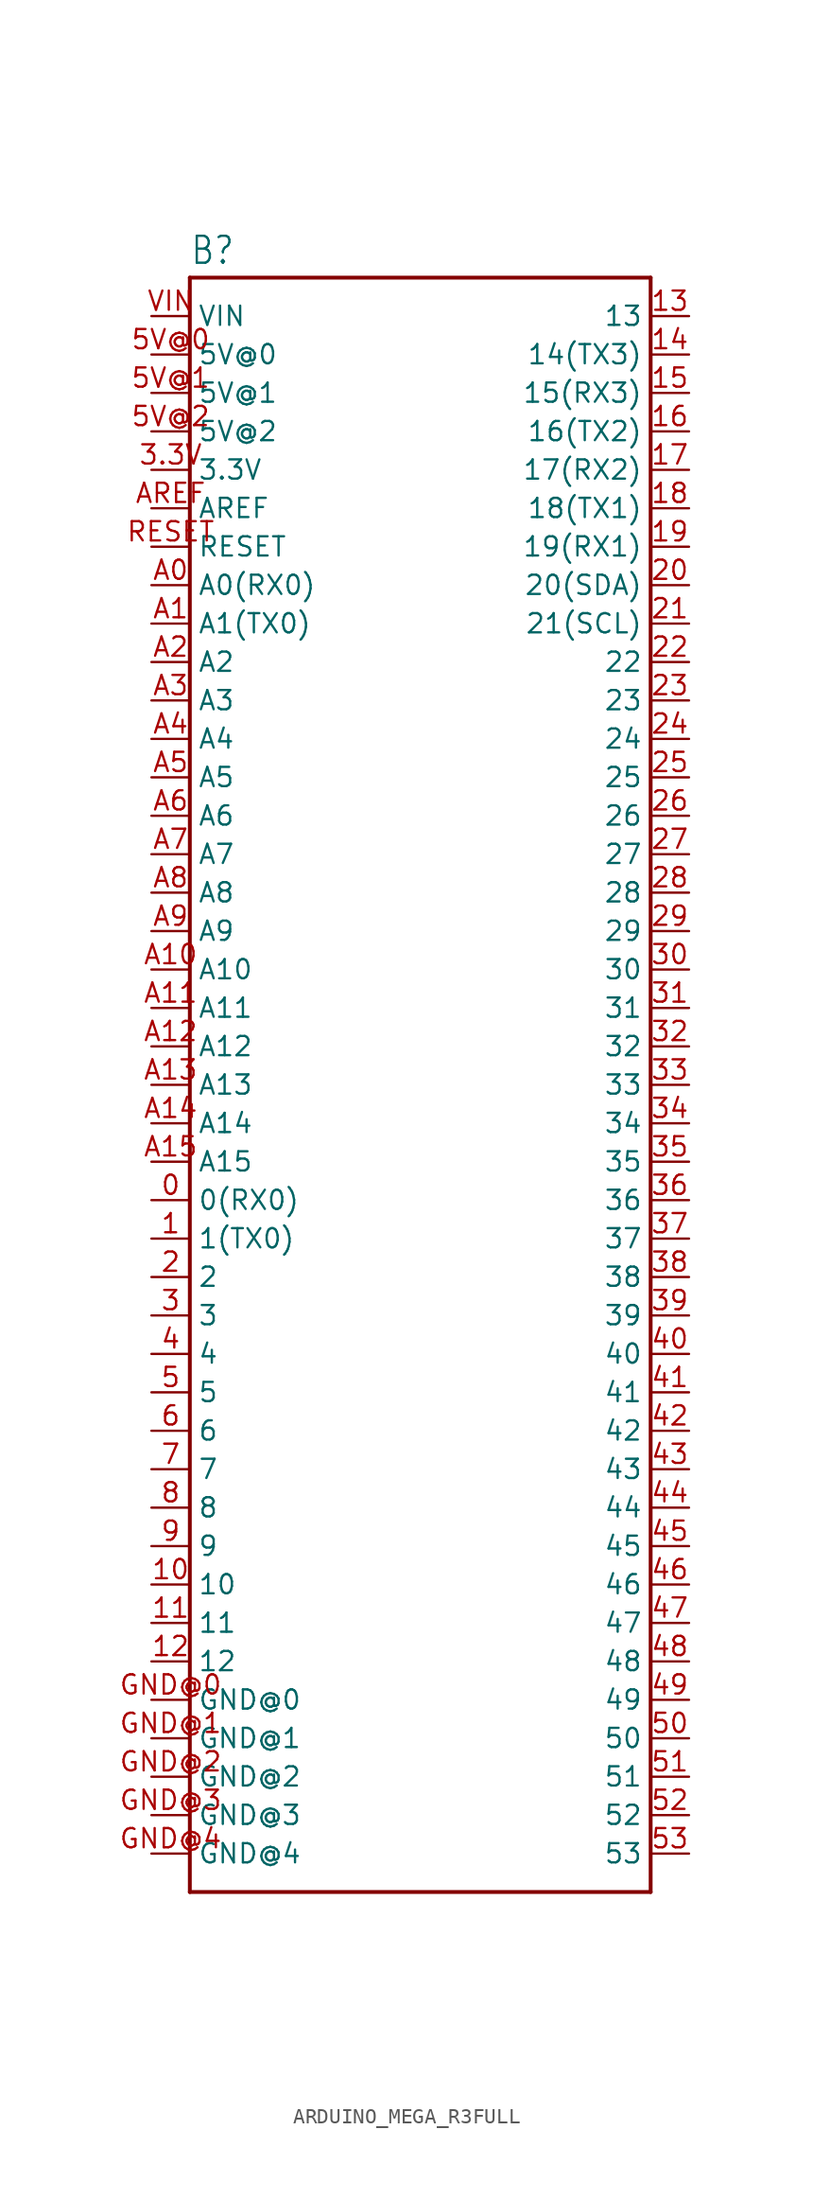
<source format=kicad_sym>
(kicad_symbol_lib
  (version 20220914)
  (generator kicad_symbol_editor)
  (symbol "ARDUINO_MEGA_R3FULL"
    (property "Reference" "B"
      (at -15.24 54.102 0)
      (effects (font (size 1.778 1.511)) (justify left bottom)))
    (property "Value" ""
      (at -15.24 -55.88 0)
      (effects (font (size 1.778 1.511)) (justify left bottom)))
    (property "ki_locked" ""
      (at 0 0 0)
      (effects (font (size 1.27 1.27))))
    (symbol "ARDUINO_MEGA_R3FULL_1_0"
      (polyline (pts (xy -15.24 -53.34) (xy 15.24 -53.34)) (stroke (width 0.254) (type solid)) (fill (type none)))
      (polyline (pts (xy -15.24 53.34) (xy -15.24 -53.34)) (stroke (width 0.254) (type solid)) (fill (type none)))
      (polyline (pts (xy 15.24 -53.34) (xy 15.24 53.34)) (stroke (width 0.254) (type solid)) (fill (type none)))
      (polyline (pts (xy 15.24 53.34) (xy -15.24 53.34)) (stroke (width 0.254) (type solid)) (fill (type none)))
      (pin bidirectional line (at -17.78 -7.62 0) (length 2.54) (name "0(RX0)" (effects (font (size 1.27 1.27)))) (number "0" (effects (font (size 1.27 1.27)))))
      (pin bidirectional line (at -17.78 -10.16 0) (length 2.54) (name "1(TX0)" (effects (font (size 1.27 1.27)))) (number "1" (effects (font (size 1.27 1.27)))))
      (pin bidirectional line (at -17.78 -33.02 0) (length 2.54) (name "10" (effects (font (size 1.27 1.27)))) (number "10" (effects (font (size 1.27 1.27)))))
      (pin bidirectional line (at -17.78 -35.56 0) (length 2.54) (name "11" (effects (font (size 1.27 1.27)))) (number "11" (effects (font (size 1.27 1.27)))))
      (pin bidirectional line (at -17.78 -38.1 0) (length 2.54) (name "12" (effects (font (size 1.27 1.27)))) (number "12" (effects (font (size 1.27 1.27)))))
      (pin bidirectional line (at 17.78 50.8 180) (length 2.54) (name "13" (effects (font (size 1.27 1.27)))) (number "13" (effects (font (size 1.27 1.27)))))
      (pin bidirectional line (at 17.78 48.26 180) (length 2.54) (name "14(TX3)" (effects (font (size 1.27 1.27)))) (number "14" (effects (font (size 1.27 1.27)))))
      (pin bidirectional line (at 17.78 45.72 180) (length 2.54) (name "15(RX3)" (effects (font (size 1.27 1.27)))) (number "15" (effects (font (size 1.27 1.27)))))
      (pin bidirectional line (at 17.78 43.18 180) (length 2.54) (name "16(TX2)" (effects (font (size 1.27 1.27)))) (number "16" (effects (font (size 1.27 1.27)))))
      (pin bidirectional line (at 17.78 40.64 180) (length 2.54) (name "17(RX2)" (effects (font (size 1.27 1.27)))) (number "17" (effects (font (size 1.27 1.27)))))
      (pin bidirectional line (at 17.78 38.1 180) (length 2.54) (name "18(TX1)" (effects (font (size 1.27 1.27)))) (number "18" (effects (font (size 1.27 1.27)))))
      (pin bidirectional line (at 17.78 35.56 180) (length 2.54) (name "19(RX1)" (effects (font (size 1.27 1.27)))) (number "19" (effects (font (size 1.27 1.27)))))
      (pin bidirectional line (at -17.78 -12.7 0) (length 2.54) (name "2" (effects (font (size 1.27 1.27)))) (number "2" (effects (font (size 1.27 1.27)))))
      (pin bidirectional line (at 17.78 33.02 180) (length 2.54) (name "20(SDA)" (effects (font (size 1.27 1.27)))) (number "20" (effects (font (size 1.27 1.27)))))
      (pin bidirectional line (at 17.78 30.48 180) (length 2.54) (name "21(SCL)" (effects (font (size 1.27 1.27)))) (number "21" (effects (font (size 1.27 1.27)))))
      (pin bidirectional line (at 17.78 27.94 180) (length 2.54) (name "22" (effects (font (size 1.27 1.27)))) (number "22" (effects (font (size 1.27 1.27)))))
      (pin bidirectional line (at 17.78 25.4 180) (length 2.54) (name "23" (effects (font (size 1.27 1.27)))) (number "23" (effects (font (size 1.27 1.27)))))
      (pin bidirectional line (at 17.78 22.86 180) (length 2.54) (name "24" (effects (font (size 1.27 1.27)))) (number "24" (effects (font (size 1.27 1.27)))))
      (pin bidirectional line (at 17.78 20.32 180) (length 2.54) (name "25" (effects (font (size 1.27 1.27)))) (number "25" (effects (font (size 1.27 1.27)))))
      (pin bidirectional line (at 17.78 17.78 180) (length 2.54) (name "26" (effects (font (size 1.27 1.27)))) (number "26" (effects (font (size 1.27 1.27)))))
      (pin bidirectional line (at 17.78 15.24 180) (length 2.54) (name "27" (effects (font (size 1.27 1.27)))) (number "27" (effects (font (size 1.27 1.27)))))
      (pin bidirectional line (at 17.78 12.7 180) (length 2.54) (name "28" (effects (font (size 1.27 1.27)))) (number "28" (effects (font (size 1.27 1.27)))))
      (pin bidirectional line (at 17.78 10.16 180) (length 2.54) (name "29" (effects (font (size 1.27 1.27)))) (number "29" (effects (font (size 1.27 1.27)))))
      (pin bidirectional line (at -17.78 -15.24 0) (length 2.54) (name "3" (effects (font (size 1.27 1.27)))) (number "3" (effects (font (size 1.27 1.27)))))
      (pin bidirectional line (at -17.78 40.64 0) (length 2.54) (name "3.3V" (effects (font (size 1.27 1.27)))) (number "3.3V" (effects (font (size 1.27 1.27)))))
      (pin bidirectional line (at 17.78 7.62 180) (length 2.54) (name "30" (effects (font (size 1.27 1.27)))) (number "30" (effects (font (size 1.27 1.27)))))
      (pin bidirectional line (at 17.78 5.08 180) (length 2.54) (name "31" (effects (font (size 1.27 1.27)))) (number "31" (effects (font (size 1.27 1.27)))))
      (pin bidirectional line (at 17.78 2.54 180) (length 2.54) (name "32" (effects (font (size 1.27 1.27)))) (number "32" (effects (font (size 1.27 1.27)))))
      (pin bidirectional line (at 17.78 0 180) (length 2.54) (name "33" (effects (font (size 1.27 1.27)))) (number "33" (effects (font (size 1.27 1.27)))))
      (pin bidirectional line (at 17.78 -2.54 180) (length 2.54) (name "34" (effects (font (size 1.27 1.27)))) (number "34" (effects (font (size 1.27 1.27)))))
      (pin bidirectional line (at 17.78 -5.08 180) (length 2.54) (name "35" (effects (font (size 1.27 1.27)))) (number "35" (effects (font (size 1.27 1.27)))))
      (pin bidirectional line (at 17.78 -7.62 180) (length 2.54) (name "36" (effects (font (size 1.27 1.27)))) (number "36" (effects (font (size 1.27 1.27)))))
      (pin bidirectional line (at 17.78 -10.16 180) (length 2.54) (name "37" (effects (font (size 1.27 1.27)))) (number "37" (effects (font (size 1.27 1.27)))))
      (pin bidirectional line (at 17.78 -12.7 180) (length 2.54) (name "38" (effects (font (size 1.27 1.27)))) (number "38" (effects (font (size 1.27 1.27)))))
      (pin bidirectional line (at 17.78 -15.24 180) (length 2.54) (name "39" (effects (font (size 1.27 1.27)))) (number "39" (effects (font (size 1.27 1.27)))))
      (pin bidirectional line (at -17.78 -17.78 0) (length 2.54) (name "4" (effects (font (size 1.27 1.27)))) (number "4" (effects (font (size 1.27 1.27)))))
      (pin bidirectional line (at 17.78 -17.78 180) (length 2.54) (name "40" (effects (font (size 1.27 1.27)))) (number "40" (effects (font (size 1.27 1.27)))))
      (pin bidirectional line (at 17.78 -20.32 180) (length 2.54) (name "41" (effects (font (size 1.27 1.27)))) (number "41" (effects (font (size 1.27 1.27)))))
      (pin bidirectional line (at 17.78 -22.86 180) (length 2.54) (name "42" (effects (font (size 1.27 1.27)))) (number "42" (effects (font (size 1.27 1.27)))))
      (pin bidirectional line (at 17.78 -25.4 180) (length 2.54) (name "43" (effects (font (size 1.27 1.27)))) (number "43" (effects (font (size 1.27 1.27)))))
      (pin bidirectional line (at 17.78 -27.94 180) (length 2.54) (name "44" (effects (font (size 1.27 1.27)))) (number "44" (effects (font (size 1.27 1.27)))))
      (pin bidirectional line (at 17.78 -30.48 180) (length 2.54) (name "45" (effects (font (size 1.27 1.27)))) (number "45" (effects (font (size 1.27 1.27)))))
      (pin bidirectional line (at 17.78 -33.02 180) (length 2.54) (name "46" (effects (font (size 1.27 1.27)))) (number "46" (effects (font (size 1.27 1.27)))))
      (pin bidirectional line (at 17.78 -35.56 180) (length 2.54) (name "47" (effects (font (size 1.27 1.27)))) (number "47" (effects (font (size 1.27 1.27)))))
      (pin bidirectional line (at 17.78 -38.1 180) (length 2.54) (name "48" (effects (font (size 1.27 1.27)))) (number "48" (effects (font (size 1.27 1.27)))))
      (pin bidirectional line (at 17.78 -40.64 180) (length 2.54) (name "49" (effects (font (size 1.27 1.27)))) (number "49" (effects (font (size 1.27 1.27)))))
      (pin bidirectional line (at -17.78 -20.32 0) (length 2.54) (name "5" (effects (font (size 1.27 1.27)))) (number "5" (effects (font (size 1.27 1.27)))))
      (pin bidirectional line (at 17.78 -43.18 180) (length 2.54) (name "50" (effects (font (size 1.27 1.27)))) (number "50" (effects (font (size 1.27 1.27)))))
      (pin bidirectional line (at 17.78 -45.72 180) (length 2.54) (name "51" (effects (font (size 1.27 1.27)))) (number "51" (effects (font (size 1.27 1.27)))))
      (pin bidirectional line (at 17.78 -48.26 180) (length 2.54) (name "52" (effects (font (size 1.27 1.27)))) (number "52" (effects (font (size 1.27 1.27)))))
      (pin bidirectional line (at 17.78 -50.8 180) (length 2.54) (name "53" (effects (font (size 1.27 1.27)))) (number "53" (effects (font (size 1.27 1.27)))))
      (pin bidirectional line (at -17.78 48.26 0) (length 2.54) (name "5V@0" (effects (font (size 1.27 1.27)))) (number "5V@0" (effects (font (size 1.27 1.27)))))
      (pin bidirectional line (at -17.78 45.72 0) (length 2.54) (name "5V@1" (effects (font (size 1.27 1.27)))) (number "5V@1" (effects (font (size 1.27 1.27)))))
      (pin bidirectional line (at -17.78 43.18 0) (length 2.54) (name "5V@2" (effects (font (size 1.27 1.27)))) (number "5V@2" (effects (font (size 1.27 1.27)))))
      (pin bidirectional line (at -17.78 -22.86 0) (length 2.54) (name "6" (effects (font (size 1.27 1.27)))) (number "6" (effects (font (size 1.27 1.27)))))
      (pin bidirectional line (at -17.78 -25.4 0) (length 2.54) (name "7" (effects (font (size 1.27 1.27)))) (number "7" (effects (font (size 1.27 1.27)))))
      (pin bidirectional line (at -17.78 -27.94 0) (length 2.54) (name "8" (effects (font (size 1.27 1.27)))) (number "8" (effects (font (size 1.27 1.27)))))
      (pin bidirectional line (at -17.78 -30.48 0) (length 2.54) (name "9" (effects (font (size 1.27 1.27)))) (number "9" (effects (font (size 1.27 1.27)))))
      (pin bidirectional line (at -17.78 33.02 0) (length 2.54) (name "A0(RX0)" (effects (font (size 1.27 1.27)))) (number "A0" (effects (font (size 1.27 1.27)))))
      (pin bidirectional line (at -17.78 30.48 0) (length 2.54) (name "A1(TX0)" (effects (font (size 1.27 1.27)))) (number "A1" (effects (font (size 1.27 1.27)))))
      (pin bidirectional line (at -17.78 7.62 0) (length 2.54) (name "A10" (effects (font (size 1.27 1.27)))) (number "A10" (effects (font (size 1.27 1.27)))))
      (pin bidirectional line (at -17.78 5.08 0) (length 2.54) (name "A11" (effects (font (size 1.27 1.27)))) (number "A11" (effects (font (size 1.27 1.27)))))
      (pin bidirectional line (at -17.78 2.54 0) (length 2.54) (name "A12" (effects (font (size 1.27 1.27)))) (number "A12" (effects (font (size 1.27 1.27)))))
      (pin bidirectional line (at -17.78 0 0) (length 2.54) (name "A13" (effects (font (size 1.27 1.27)))) (number "A13" (effects (font (size 1.27 1.27)))))
      (pin bidirectional line (at -17.78 -2.54 0) (length 2.54) (name "A14" (effects (font (size 1.27 1.27)))) (number "A14" (effects (font (size 1.27 1.27)))))
      (pin bidirectional line (at -17.78 -5.08 0) (length 2.54) (name "A15" (effects (font (size 1.27 1.27)))) (number "A15" (effects (font (size 1.27 1.27)))))
      (pin bidirectional line (at -17.78 27.94 0) (length 2.54) (name "A2" (effects (font (size 1.27 1.27)))) (number "A2" (effects (font (size 1.27 1.27)))))
      (pin bidirectional line (at -17.78 25.4 0) (length 2.54) (name "A3" (effects (font (size 1.27 1.27)))) (number "A3" (effects (font (size 1.27 1.27)))))
      (pin bidirectional line (at -17.78 22.86 0) (length 2.54) (name "A4" (effects (font (size 1.27 1.27)))) (number "A4" (effects (font (size 1.27 1.27)))))
      (pin bidirectional line (at -17.78 20.32 0) (length 2.54) (name "A5" (effects (font (size 1.27 1.27)))) (number "A5" (effects (font (size 1.27 1.27)))))
      (pin bidirectional line (at -17.78 17.78 0) (length 2.54) (name "A6" (effects (font (size 1.27 1.27)))) (number "A6" (effects (font (size 1.27 1.27)))))
      (pin bidirectional line (at -17.78 15.24 0) (length 2.54) (name "A7" (effects (font (size 1.27 1.27)))) (number "A7" (effects (font (size 1.27 1.27)))))
      (pin bidirectional line (at -17.78 12.7 0) (length 2.54) (name "A8" (effects (font (size 1.27 1.27)))) (number "A8" (effects (font (size 1.27 1.27)))))
      (pin bidirectional line (at -17.78 10.16 0) (length 2.54) (name "A9" (effects (font (size 1.27 1.27)))) (number "A9" (effects (font (size 1.27 1.27)))))
      (pin bidirectional line (at -17.78 38.1 0) (length 2.54) (name "AREF" (effects (font (size 1.27 1.27)))) (number "AREF" (effects (font (size 1.27 1.27)))))
      (pin bidirectional line (at -17.78 -40.64 0) (length 2.54) (name "GND@0" (effects (font (size 1.27 1.27)))) (number "GND@0" (effects (font (size 1.27 1.27)))))
      (pin bidirectional line (at -17.78 -43.18 0) (length 2.54) (name "GND@1" (effects (font (size 1.27 1.27)))) (number "GND@1" (effects (font (size 1.27 1.27)))))
      (pin bidirectional line (at -17.78 -45.72 0) (length 2.54) (name "GND@2" (effects (font (size 1.27 1.27)))) (number "GND@2" (effects (font (size 1.27 1.27)))))
      (pin bidirectional line (at -17.78 -48.26 0) (length 2.54) (name "GND@3" (effects (font (size 1.27 1.27)))) (number "GND@3" (effects (font (size 1.27 1.27)))))
      (pin bidirectional line (at -17.78 -50.8 0) (length 2.54) (name "GND@4" (effects (font (size 1.27 1.27)))) (number "GND@4" (effects (font (size 1.27 1.27)))))
      (pin bidirectional line (at -17.78 35.56 0) (length 2.54) (name "RESET" (effects (font (size 1.27 1.27)))) (number "RESET" (effects (font (size 1.27 1.27)))))
      (pin bidirectional line (at -17.78 50.8 0) (length 2.54) (name "VIN" (effects (font (size 1.27 1.27)))) (number "VIN" (effects (font (size 1.27 1.27))))))))
</source>
